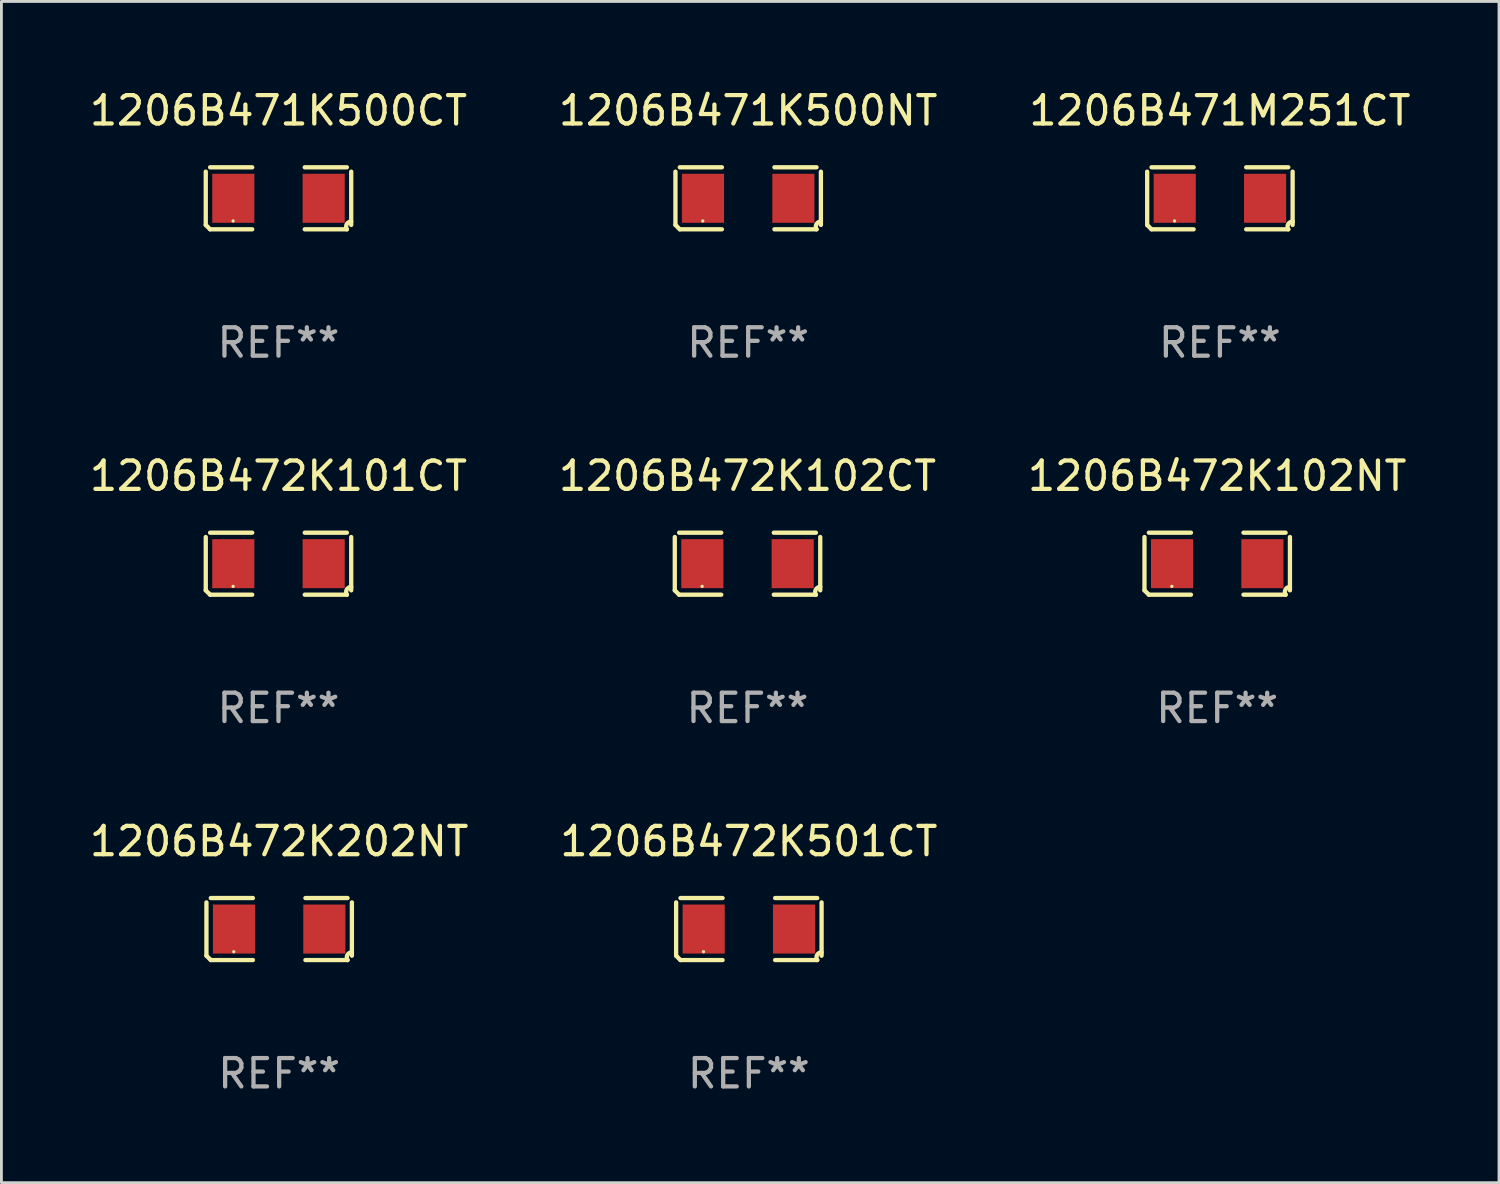
<source format=kicad_pcb>
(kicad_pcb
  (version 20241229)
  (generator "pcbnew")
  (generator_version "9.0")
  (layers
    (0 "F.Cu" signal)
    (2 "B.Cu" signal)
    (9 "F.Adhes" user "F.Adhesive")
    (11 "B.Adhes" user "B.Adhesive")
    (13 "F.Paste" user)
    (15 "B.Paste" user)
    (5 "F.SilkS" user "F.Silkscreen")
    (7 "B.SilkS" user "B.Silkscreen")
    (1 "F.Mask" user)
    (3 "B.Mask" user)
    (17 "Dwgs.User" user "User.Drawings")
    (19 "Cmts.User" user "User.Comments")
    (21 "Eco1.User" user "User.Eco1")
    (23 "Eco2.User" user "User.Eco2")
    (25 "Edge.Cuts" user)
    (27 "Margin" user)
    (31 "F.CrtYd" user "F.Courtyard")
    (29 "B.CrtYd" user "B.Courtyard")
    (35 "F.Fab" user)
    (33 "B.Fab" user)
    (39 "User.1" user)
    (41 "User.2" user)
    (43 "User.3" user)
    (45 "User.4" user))
  (footprint "1206B472K102NT"
    (layer "F.Cu")
    (at 39.863 16.823)
    (property "Reference" "1206B472K102NT" (at 0 -3.093 0) (layer "F.SilkS") (effects (font (size 1 1) (thickness 0.15))))
    (attr through_hole)
    (fp_line (start -2.564 0.94) (end -2.564 -0.94) (stroke (width 0.152) (type solid)) (layer "F.SilkS"))
    (fp_line (start -2.411 -1.093) (end -0.926 -1.093) (stroke (width 0.152) (type solid)) (layer "F.SilkS"))
    (fp_line (start -0.926 1.093) (end -2.411 1.093) (stroke (width 0.152) (type solid)) (layer "F.SilkS"))
    (fp_line (start 0.926 1.093) (end 2.411 1.093) (stroke (width 0.152) (type solid)) (layer "F.SilkS"))
    (fp_line (start 2.411 -1.093) (end 0.926 -1.093) (stroke (width 0.152) (type solid)) (layer "F.SilkS"))
    (fp_line (start 2.564 0.94) (end 2.564 -0.94) (stroke (width 0.152) (type solid)) (layer "F.SilkS"))
    (fp_arc (start -2.411201 1.092609) (mid -2.487413 1.01642) (end -2.563602 0.940208) (stroke (width 0.1524) (type solid)) (layer "F.SilkS"))
    (fp_arc (start 2.411201 1.092609) (mid 2.407159 0.911226) (end 2.563602 0.819347) (stroke (width 0.1524) (type solid)) (layer "F.SilkS"))
    (fp_circle (center -1.6 0.8) (end -1.57 0.8) (stroke (width 0.06) (type solid)) (fill no) (layer "F.SilkS"))
    (fp_text user "REF**" (at 0 5.093 0) (layer "F.Fab") (effects (font (size 1 1) (thickness 0.15))))
    (pad "1" smd rect (at -1.593 0) (size 1.485 1.728) (layers "F.Cu" "F.Mask" "F.Paste"))
    (pad "2" smd rect (at 1.593 0) (size 1.485 1.728) (layers "F.Cu" "F.Mask" "F.Paste")))
  (footprint "1206B471K500CT"
    (layer "F.Cu")
    (at 6.768 3.941)
    (property "Reference" "1206B471K500CT" (at 0 -3.093 0) (layer "F.SilkS") (effects (font (size 1 1) (thickness 0.15))))
    (attr through_hole)
    (fp_line (start -2.564 0.94) (end -2.564 -0.94) (stroke (width 0.152) (type solid)) (layer "F.SilkS"))
    (fp_line (start -2.411 -1.093) (end -0.926 -1.093) (stroke (width 0.152) (type solid)) (layer "F.SilkS"))
    (fp_line (start -0.926 1.093) (end -2.411 1.093) (stroke (width 0.152) (type solid)) (layer "F.SilkS"))
    (fp_line (start 0.926 1.093) (end 2.411 1.093) (stroke (width 0.152) (type solid)) (layer "F.SilkS"))
    (fp_line (start 2.411 -1.093) (end 0.926 -1.093) (stroke (width 0.152) (type solid)) (layer "F.SilkS"))
    (fp_line (start 2.564 0.94) (end 2.564 -0.94) (stroke (width 0.152) (type solid)) (layer "F.SilkS"))
    (fp_arc (start -2.411201 1.092609) (mid -2.487413 1.01642) (end -2.563602 0.940208) (stroke (width 0.1524) (type solid)) (layer "F.SilkS"))
    (fp_arc (start 2.411201 1.092609) (mid 2.407159 0.911226) (end 2.563602 0.819347) (stroke (width 0.1524) (type solid)) (layer "F.SilkS"))
    (fp_circle (center -1.6 0.8) (end -1.57 0.8) (stroke (width 0.06) (type solid)) (fill no) (layer "F.SilkS"))
    (fp_text user "REF**" (at 0 5.093 0) (layer "F.Fab") (effects (font (size 1 1) (thickness 0.15))))
    (pad "1" smd rect (at -1.593 0) (size 1.485 1.728) (layers "F.Cu" "F.Mask" "F.Paste"))
    (pad "2" smd rect (at 1.593 0) (size 1.485 1.728) (layers "F.Cu" "F.Mask" "F.Paste")))
  (footprint "1206B472K501CT"
    (layer "F.Cu")
    (at 23.351 29.704)
    (property "Reference" "1206B472K501CT" (at 0 -3.093 0) (layer "F.SilkS") (effects (font (size 1 1) (thickness 0.15))))
    (attr through_hole)
    (fp_line (start -2.564 0.94) (end -2.564 -0.94) (stroke (width 0.152) (type solid)) (layer "F.SilkS"))
    (fp_line (start -2.411 -1.093) (end -0.926 -1.093) (stroke (width 0.152) (type solid)) (layer "F.SilkS"))
    (fp_line (start -0.926 1.093) (end -2.411 1.093) (stroke (width 0.152) (type solid)) (layer "F.SilkS"))
    (fp_line (start 0.926 1.093) (end 2.411 1.093) (stroke (width 0.152) (type solid)) (layer "F.SilkS"))
    (fp_line (start 2.411 -1.093) (end 0.926 -1.093) (stroke (width 0.152) (type solid)) (layer "F.SilkS"))
    (fp_line (start 2.564 0.94) (end 2.564 -0.94) (stroke (width 0.152) (type solid)) (layer "F.SilkS"))
    (fp_arc (start -2.411201 1.092609) (mid -2.487413 1.01642) (end -2.563602 0.940208) (stroke (width 0.1524) (type solid)) (layer "F.SilkS"))
    (fp_arc (start 2.411201 1.092609) (mid 2.407159 0.911226) (end 2.563602 0.819347) (stroke (width 0.1524) (type solid)) (layer "F.SilkS"))
    (fp_circle (center -1.6 0.8) (end -1.57 0.8) (stroke (width 0.06) (type solid)) (fill no) (layer "F.SilkS"))
    (fp_text user "REF**" (at 0 5.093 0) (layer "F.Fab") (effects (font (size 1 1) (thickness 0.15))))
    (pad "1" smd rect (at -1.593 0) (size 1.485 1.728) (layers "F.Cu" "F.Mask" "F.Paste"))
    (pad "2" smd rect (at 1.593 0) (size 1.485 1.728) (layers "F.Cu" "F.Mask" "F.Paste")))
  (footprint "1206B472K202NT"
    (layer "F.Cu")
    (at 6.792 29.704)
    (property "Reference" "1206B472K202NT" (at 0 -3.093 0) (layer "F.SilkS") (effects (font (size 1 1) (thickness 0.15))))
    (attr through_hole)
    (fp_line (start -2.564 0.94) (end -2.564 -0.94) (stroke (width 0.152) (type solid)) (layer "F.SilkS"))
    (fp_line (start -2.411 -1.093) (end -0.926 -1.093) (stroke (width 0.152) (type solid)) (layer "F.SilkS"))
    (fp_line (start -0.926 1.093) (end -2.411 1.093) (stroke (width 0.152) (type solid)) (layer "F.SilkS"))
    (fp_line (start 0.926 1.093) (end 2.411 1.093) (stroke (width 0.152) (type solid)) (layer "F.SilkS"))
    (fp_line (start 2.411 -1.093) (end 0.926 -1.093) (stroke (width 0.152) (type solid)) (layer "F.SilkS"))
    (fp_line (start 2.564 0.94) (end 2.564 -0.94) (stroke (width 0.152) (type solid)) (layer "F.SilkS"))
    (fp_arc (start -2.411201 1.092609) (mid -2.487413 1.01642) (end -2.563602 0.940208) (stroke (width 0.1524) (type solid)) (layer "F.SilkS"))
    (fp_arc (start 2.411201 1.092609) (mid 2.407159 0.911226) (end 2.563602 0.819347) (stroke (width 0.1524) (type solid)) (layer "F.SilkS"))
    (fp_circle (center -1.6 0.8) (end -1.57 0.8) (stroke (width 0.06) (type solid)) (fill no) (layer "F.SilkS"))
    (fp_text user "REF**" (at 0 5.093 0) (layer "F.Fab") (effects (font (size 1 1) (thickness 0.15))))
    (pad "1" smd rect (at -1.593 0) (size 1.485 1.728) (layers "F.Cu" "F.Mask" "F.Paste"))
    (pad "2" smd rect (at 1.593 0) (size 1.485 1.728) (layers "F.Cu" "F.Mask" "F.Paste")))
  (footprint "1206B471M251CT"
    (layer "F.Cu")
    (at 39.958 3.941)
    (property "Reference" "1206B471M251CT" (at 0 -3.093 0) (layer "F.SilkS") (effects (font (size 1 1) (thickness 0.15))))
    (attr through_hole)
    (fp_line (start -2.564 0.94) (end -2.564 -0.94) (stroke (width 0.152) (type solid)) (layer "F.SilkS"))
    (fp_line (start -2.411 -1.093) (end -0.926 -1.093) (stroke (width 0.152) (type solid)) (layer "F.SilkS"))
    (fp_line (start -0.926 1.093) (end -2.411 1.093) (stroke (width 0.152) (type solid)) (layer "F.SilkS"))
    (fp_line (start 0.926 1.093) (end 2.411 1.093) (stroke (width 0.152) (type solid)) (layer "F.SilkS"))
    (fp_line (start 2.411 -1.093) (end 0.926 -1.093) (stroke (width 0.152) (type solid)) (layer "F.SilkS"))
    (fp_line (start 2.564 0.94) (end 2.564 -0.94) (stroke (width 0.152) (type solid)) (layer "F.SilkS"))
    (fp_arc (start -2.411201 1.092609) (mid -2.487413 1.01642) (end -2.563602 0.940208) (stroke (width 0.1524) (type solid)) (layer "F.SilkS"))
    (fp_arc (start 2.411201 1.092609) (mid 2.407159 0.911226) (end 2.563602 0.819347) (stroke (width 0.1524) (type solid)) (layer "F.SilkS"))
    (fp_circle (center -1.6 0.8) (end -1.57 0.8) (stroke (width 0.06) (type solid)) (fill no) (layer "F.SilkS"))
    (fp_text user "REF**" (at 0 5.093 0) (layer "F.Fab") (effects (font (size 1 1) (thickness 0.15))))
    (pad "1" smd rect (at -1.593 0) (size 1.485 1.728) (layers "F.Cu" "F.Mask" "F.Paste"))
    (pad "2" smd rect (at 1.593 0) (size 1.485 1.728) (layers "F.Cu" "F.Mask" "F.Paste")))
  (footprint "1206B471K500NT"
    (layer "F.Cu")
    (at 23.327 3.941)
    (property "Reference" "1206B471K500NT" (at 0 -3.093 0) (layer "F.SilkS") (effects (font (size 1 1) (thickness 0.15))))
    (attr through_hole)
    (fp_line (start -2.564 0.94) (end -2.564 -0.94) (stroke (width 0.152) (type solid)) (layer "F.SilkS"))
    (fp_line (start -2.411 -1.093) (end -0.926 -1.093) (stroke (width 0.152) (type solid)) (layer "F.SilkS"))
    (fp_line (start -0.926 1.093) (end -2.411 1.093) (stroke (width 0.152) (type solid)) (layer "F.SilkS"))
    (fp_line (start 0.926 1.093) (end 2.411 1.093) (stroke (width 0.152) (type solid)) (layer "F.SilkS"))
    (fp_line (start 2.411 -1.093) (end 0.926 -1.093) (stroke (width 0.152) (type solid)) (layer "F.SilkS"))
    (fp_line (start 2.564 0.94) (end 2.564 -0.94) (stroke (width 0.152) (type solid)) (layer "F.SilkS"))
    (fp_arc (start -2.411201 1.092609) (mid -2.487413 1.01642) (end -2.563602 0.940208) (stroke (width 0.1524) (type solid)) (layer "F.SilkS"))
    (fp_arc (start 2.411201 1.092609) (mid 2.407159 0.911226) (end 2.563602 0.819347) (stroke (width 0.1524) (type solid)) (layer "F.SilkS"))
    (fp_circle (center -1.6 0.8) (end -1.57 0.8) (stroke (width 0.06) (type solid)) (fill no) (layer "F.SilkS"))
    (fp_text user "REF**" (at 0 5.093 0) (layer "F.Fab") (effects (font (size 1 1) (thickness 0.15))))
    (pad "1" smd rect (at -1.593 0) (size 1.485 1.728) (layers "F.Cu" "F.Mask" "F.Paste"))
    (pad "2" smd rect (at 1.593 0) (size 1.485 1.728) (layers "F.Cu" "F.Mask" "F.Paste")))
  (footprint "1206B472K102CT"
    (layer "F.Cu")
    (at 23.304 16.823)
    (property "Reference" "1206B472K102CT" (at 0 -3.093 0) (layer "F.SilkS") (effects (font (size 1 1) (thickness 0.15))))
    (attr through_hole)
    (fp_line (start -2.564 0.94) (end -2.564 -0.94) (stroke (width 0.152) (type solid)) (layer "F.SilkS"))
    (fp_line (start -2.411 -1.093) (end -0.926 -1.093) (stroke (width 0.152) (type solid)) (layer "F.SilkS"))
    (fp_line (start -0.926 1.093) (end -2.411 1.093) (stroke (width 0.152) (type solid)) (layer "F.SilkS"))
    (fp_line (start 0.926 1.093) (end 2.411 1.093) (stroke (width 0.152) (type solid)) (layer "F.SilkS"))
    (fp_line (start 2.411 -1.093) (end 0.926 -1.093) (stroke (width 0.152) (type solid)) (layer "F.SilkS"))
    (fp_line (start 2.564 0.94) (end 2.564 -0.94) (stroke (width 0.152) (type solid)) (layer "F.SilkS"))
    (fp_arc (start -2.411201 1.092609) (mid -2.487413 1.01642) (end -2.563602 0.940208) (stroke (width 0.1524) (type solid)) (layer "F.SilkS"))
    (fp_arc (start 2.411201 1.092609) (mid 2.407159 0.911226) (end 2.563602 0.819347) (stroke (width 0.1524) (type solid)) (layer "F.SilkS"))
    (fp_circle (center -1.6 0.8) (end -1.57 0.8) (stroke (width 0.06) (type solid)) (fill no) (layer "F.SilkS"))
    (fp_text user "REF**" (at 0 5.093 0) (layer "F.Fab") (effects (font (size 1 1) (thickness 0.15))))
    (pad "1" smd rect (at -1.593 0) (size 1.485 1.728) (layers "F.Cu" "F.Mask" "F.Paste"))
    (pad "2" smd rect (at 1.593 0) (size 1.485 1.728) (layers "F.Cu" "F.Mask" "F.Paste")))
  (footprint "1206B472K101CT"
    (layer "F.Cu")
    (at 6.768 16.823)
    (property "Reference" "1206B472K101CT" (at 0 -3.093 0) (layer "F.SilkS") (effects (font (size 1 1) (thickness 0.15))))
    (attr through_hole)
    (fp_line (start -2.564 0.94) (end -2.564 -0.94) (stroke (width 0.152) (type solid)) (layer "F.SilkS"))
    (fp_line (start -2.411 -1.093) (end -0.926 -1.093) (stroke (width 0.152) (type solid)) (layer "F.SilkS"))
    (fp_line (start -0.926 1.093) (end -2.411 1.093) (stroke (width 0.152) (type solid)) (layer "F.SilkS"))
    (fp_line (start 0.926 1.093) (end 2.411 1.093) (stroke (width 0.152) (type solid)) (layer "F.SilkS"))
    (fp_line (start 2.411 -1.093) (end 0.926 -1.093) (stroke (width 0.152) (type solid)) (layer "F.SilkS"))
    (fp_line (start 2.564 0.94) (end 2.564 -0.94) (stroke (width 0.152) (type solid)) (layer "F.SilkS"))
    (fp_arc (start -2.411201 1.092609) (mid -2.487413 1.01642) (end -2.563602 0.940208) (stroke (width 0.1524) (type solid)) (layer "F.SilkS"))
    (fp_arc (start 2.411201 1.092609) (mid 2.407159 0.911226) (end 2.563602 0.819347) (stroke (width 0.1524) (type solid)) (layer "F.SilkS"))
    (fp_circle (center -1.6 0.8) (end -1.57 0.8) (stroke (width 0.06) (type solid)) (fill no) (layer "F.SilkS"))
    (fp_text user "REF**" (at 0 5.093 0) (layer "F.Fab") (effects (font (size 1 1) (thickness 0.15))))
    (pad "1" smd rect (at -1.593 0) (size 1.485 1.728) (layers "F.Cu" "F.Mask" "F.Paste"))
    (pad "2" smd rect (at 1.593 0) (size 1.485 1.728) (layers "F.Cu" "F.Mask" "F.Paste")))
  (gr_rect
    (start -3 -3)
    (end 49.798 38.645)
    (stroke (width 0.1) (type default))
    (fill no)
    (layer "Edge.Cuts")))
</source>
